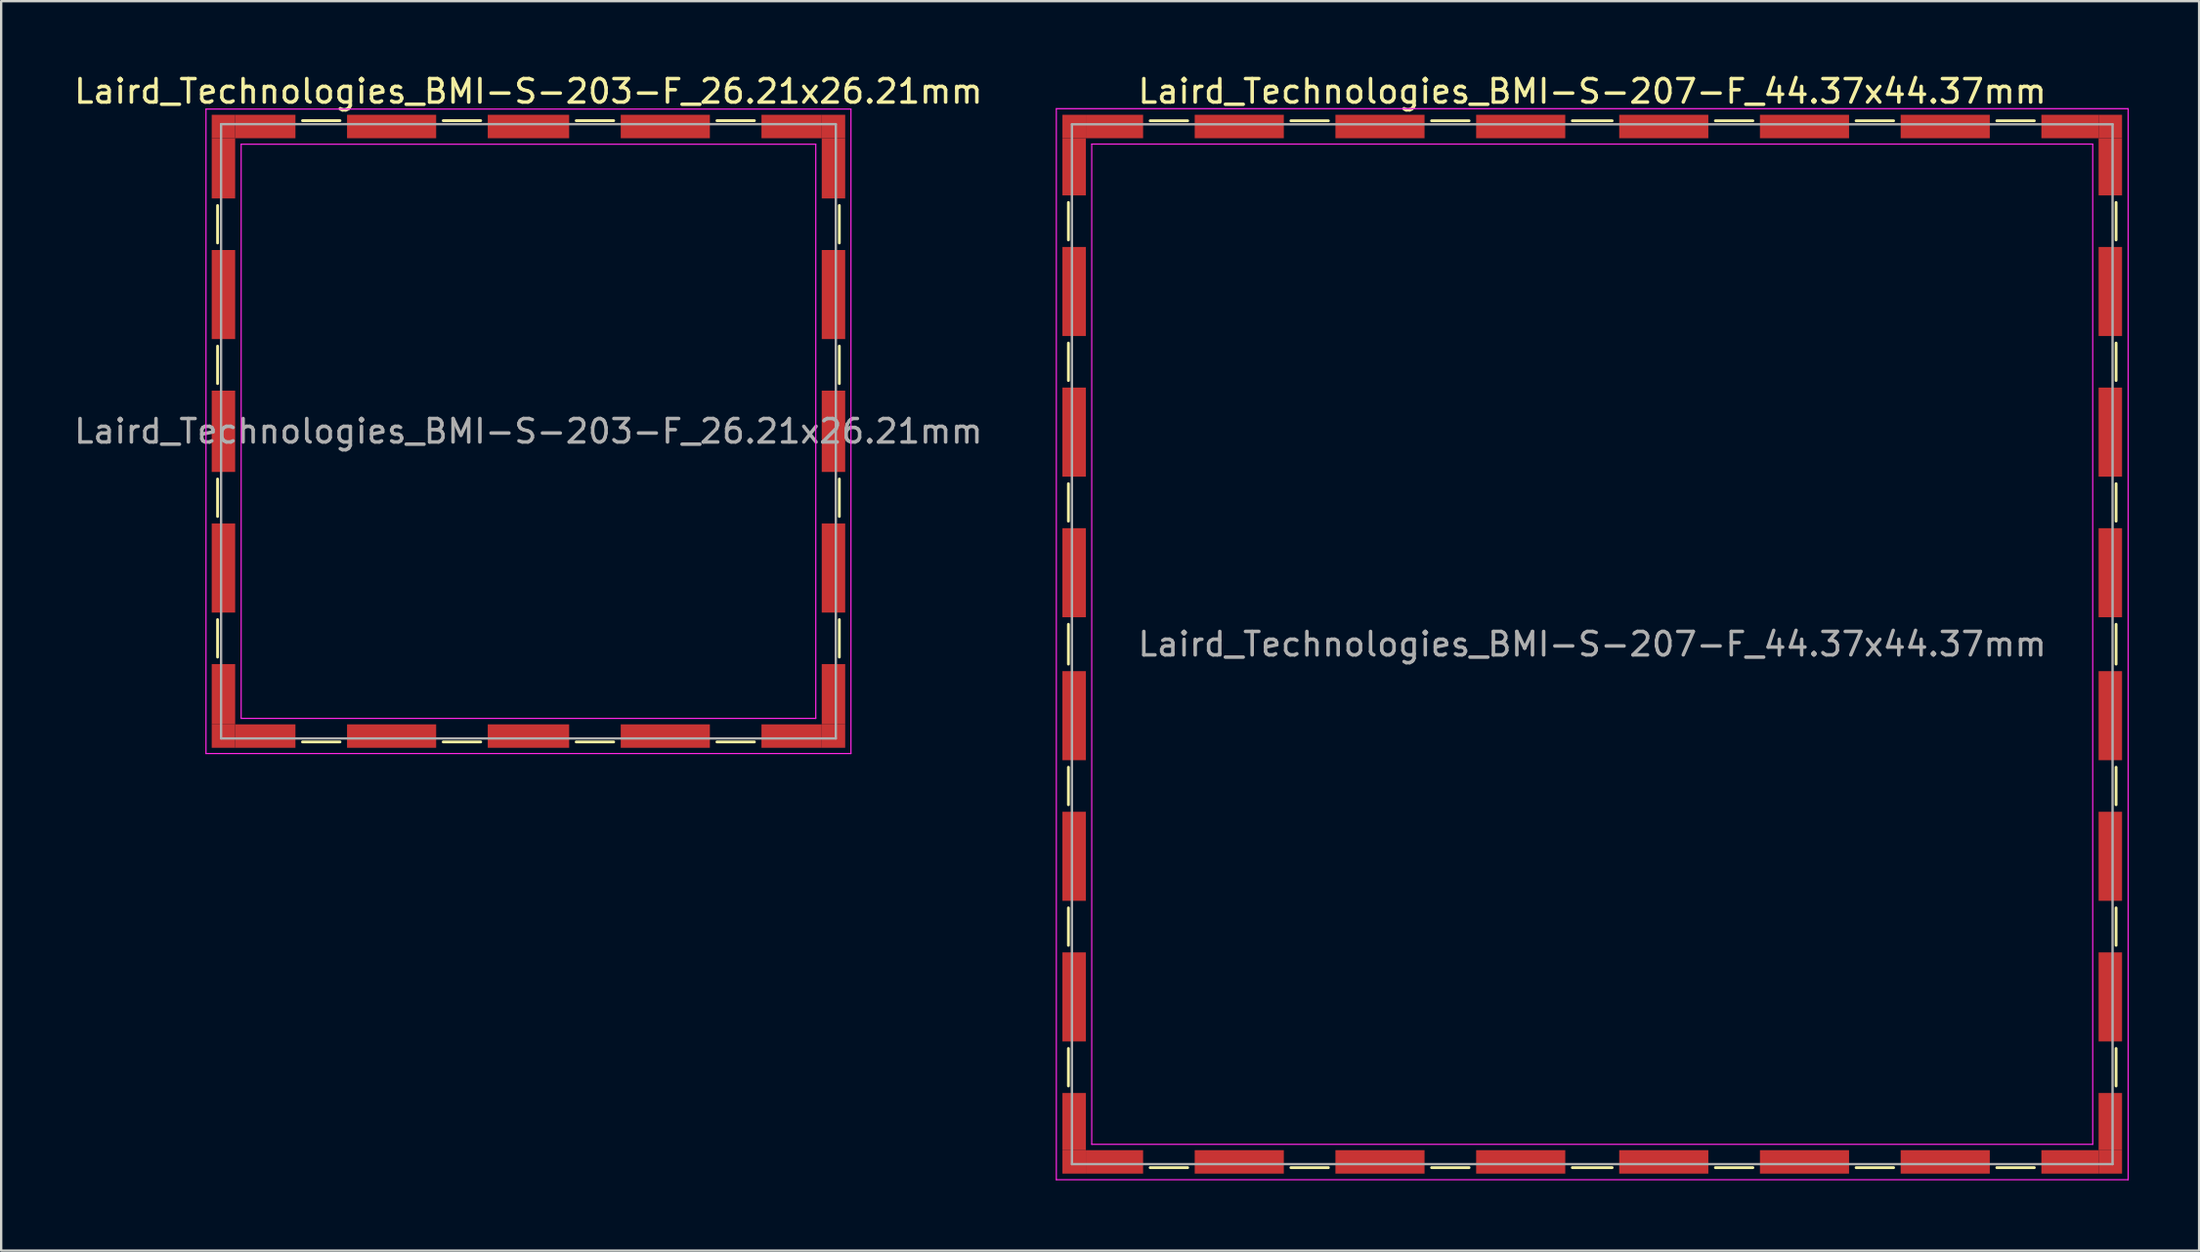
<source format=kicad_pcb>
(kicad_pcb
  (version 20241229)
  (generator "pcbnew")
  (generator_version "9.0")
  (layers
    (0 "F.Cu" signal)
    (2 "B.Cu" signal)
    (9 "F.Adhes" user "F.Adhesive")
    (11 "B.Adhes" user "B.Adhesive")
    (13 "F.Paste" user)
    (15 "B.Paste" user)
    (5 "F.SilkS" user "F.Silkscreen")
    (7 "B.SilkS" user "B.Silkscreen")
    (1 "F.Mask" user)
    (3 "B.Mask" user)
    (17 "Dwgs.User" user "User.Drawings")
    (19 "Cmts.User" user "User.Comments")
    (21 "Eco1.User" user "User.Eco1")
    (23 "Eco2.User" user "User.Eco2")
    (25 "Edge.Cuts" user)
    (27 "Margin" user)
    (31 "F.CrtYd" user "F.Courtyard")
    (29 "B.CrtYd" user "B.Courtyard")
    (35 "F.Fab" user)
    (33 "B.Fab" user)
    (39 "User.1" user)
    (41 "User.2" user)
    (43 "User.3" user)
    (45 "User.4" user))
  (footprint "Laird_Technologies_BMI-S-207-F_44.37x44.37mm"
    (layer "F.Cu")
    (at 64.839 24.438)
    (property "Reference" "Laird_Technologies_BMI-S-207-F_44.37x44.37mm" (at 0 -23.59 0) (layer "F.SilkS") (effects (font (size 1 1) (thickness 0.15))))
    (attr smd)
    (fp_line (start -22.335 -18.85) (end -22.335 -17.25) (stroke (width 0.12) (type solid)) (layer "F.SilkS"))
    (fp_line (start -22.335 -12.85) (end -22.335 -11.25) (stroke (width 0.12) (type solid)) (layer "F.SilkS"))
    (fp_line (start -22.335 -6.85) (end -22.335 -5.25) (stroke (width 0.12) (type solid)) (layer "F.SilkS"))
    (fp_line (start -22.335 -0.85) (end -22.335 0.85) (stroke (width 0.12) (type solid)) (layer "F.SilkS"))
    (fp_line (start -22.335 5.25) (end -22.335 6.85) (stroke (width 0.12) (type solid)) (layer "F.SilkS"))
    (fp_line (start -22.335 11.25) (end -22.335 12.85) (stroke (width 0.12) (type solid)) (layer "F.SilkS"))
    (fp_line (start -22.335 17.25) (end -22.335 18.85) (stroke (width 0.12) (type solid)) (layer "F.SilkS"))
    (fp_line (start -18.85 -22.335) (end -17.25 -22.335) (stroke (width 0.12) (type solid)) (layer "F.SilkS"))
    (fp_line (start -18.85 22.335) (end -17.25 22.335) (stroke (width 0.12) (type solid)) (layer "F.SilkS"))
    (fp_line (start -12.85 -22.335) (end -11.25 -22.335) (stroke (width 0.12) (type solid)) (layer "F.SilkS"))
    (fp_line (start -12.85 22.335) (end -11.25 22.335) (stroke (width 0.12) (type solid)) (layer "F.SilkS"))
    (fp_line (start -6.85 -22.335) (end -5.25 -22.335) (stroke (width 0.12) (type solid)) (layer "F.SilkS"))
    (fp_line (start -6.85 22.335) (end -5.25 22.335) (stroke (width 0.12) (type solid)) (layer "F.SilkS"))
    (fp_line (start -0.85 -22.335) (end 0.85 -22.335) (stroke (width 0.12) (type solid)) (layer "F.SilkS"))
    (fp_line (start -0.85 22.335) (end 0.85 22.335) (stroke (width 0.12) (type solid)) (layer "F.SilkS"))
    (fp_line (start 5.25 -22.335) (end 6.85 -22.335) (stroke (width 0.12) (type solid)) (layer "F.SilkS"))
    (fp_line (start 5.25 22.335) (end 6.85 22.335) (stroke (width 0.12) (type solid)) (layer "F.SilkS"))
    (fp_line (start 11.25 -22.335) (end 12.85 -22.335) (stroke (width 0.12) (type solid)) (layer "F.SilkS"))
    (fp_line (start 11.25 22.335) (end 12.85 22.335) (stroke (width 0.12) (type solid)) (layer "F.SilkS"))
    (fp_line (start 17.25 -22.335) (end 18.85 -22.335) (stroke (width 0.12) (type solid)) (layer "F.SilkS"))
    (fp_line (start 17.25 22.335) (end 18.85 22.335) (stroke (width 0.12) (type solid)) (layer "F.SilkS"))
    (fp_line (start 22.335 -18.85) (end 22.335 -17.25) (stroke (width 0.12) (type solid)) (layer "F.SilkS"))
    (fp_line (start 22.335 -12.85) (end 22.335 -11.25) (stroke (width 0.12) (type solid)) (layer "F.SilkS"))
    (fp_line (start 22.335 -6.85) (end 22.335 -5.25) (stroke (width 0.12) (type solid)) (layer "F.SilkS"))
    (fp_line (start 22.335 -0.85) (end 22.335 0.85) (stroke (width 0.12) (type solid)) (layer "F.SilkS"))
    (fp_line (start 22.335 5.25) (end 22.335 6.85) (stroke (width 0.12) (type solid)) (layer "F.SilkS"))
    (fp_line (start 22.335 11.25) (end 22.335 12.85) (stroke (width 0.12) (type solid)) (layer "F.SilkS"))
    (fp_line (start 22.335 17.25) (end 22.335 18.85) (stroke (width 0.12) (type solid)) (layer "F.SilkS"))
    (fp_line (start -22.85 -22.85) (end -22.85 22.85) (stroke (width 0.05) (type solid)) (layer "F.CrtYd"))
    (fp_line (start -22.85 22.85) (end 22.85 22.85) (stroke (width 0.05) (type solid)) (layer "F.CrtYd"))
    (fp_line (start -21.34 -21.34) (end -21.34 21.34) (stroke (width 0.05) (type solid)) (layer "F.CrtYd"))
    (fp_line (start 21.34 -21.34) (end -21.34 -21.34) (stroke (width 0.05) (type solid)) (layer "F.CrtYd"))
    (fp_line (start 21.34 -21.34) (end 21.34 21.34) (stroke (width 0.05) (type solid)) (layer "F.CrtYd"))
    (fp_line (start 21.34 21.34) (end -21.34 21.34) (stroke (width 0.05) (type solid)) (layer "F.CrtYd"))
    (fp_line (start 22.85 -22.85) (end -22.85 -22.85) (stroke (width 0.05) (type solid)) (layer "F.CrtYd"))
    (fp_line (start 22.85 22.85) (end 22.85 -22.85) (stroke (width 0.05) (type solid)) (layer "F.CrtYd"))
    (fp_line (start -22.185 -22.185) (end -22.185 22.185) (stroke (width 0.1) (type solid)) (layer "F.Fab"))
    (fp_line (start -22.185 22.185) (end 22.185 22.185) (stroke (width 0.1) (type solid)) (layer "F.Fab"))
    (fp_line (start 22.185 -22.185) (end -22.185 -22.185) (stroke (width 0.1) (type solid)) (layer "F.Fab"))
    (fp_line (start 22.185 22.185) (end 22.185 -22.185) (stroke (width 0.1) (type solid)) (layer "F.Fab"))
    (fp_text user "${REFERENCE}" (at 0 0 0) (layer "F.Fab") (effects (font (size 1 1) (thickness 0.15))))
    (pad "1" smd rect (at -22.09 -22.09) (size 1 1) (layers "F.Cu" "F.Mask" "F.Paste"))
    (pad "1" smd rect (at -22.09 -20.37) (size 1 2.44) (layers "F.Cu" "F.Mask" "F.Paste"))
    (pad "1" smd rect (at -22.09 -15.05) (size 1 3.8) (layers "F.Cu" "F.Mask" "F.Paste"))
    (pad "1" smd rect (at -22.09 -9.05) (size 1 3.8) (layers "F.Cu" "F.Mask" "F.Paste"))
    (pad "1" smd rect (at -22.09 -3.05) (size 1 3.8) (layers "F.Cu" "F.Mask" "F.Paste"))
    (pad "1" smd rect (at -22.09 3.05) (size 1 3.8) (layers "F.Cu" "F.Mask" "F.Paste"))
    (pad "1" smd rect (at -22.09 9.05) (size 1 3.8) (layers "F.Cu" "F.Mask" "F.Paste"))
    (pad "1" smd rect (at -22.09 15.05) (size 1 3.8) (layers "F.Cu" "F.Mask" "F.Paste"))
    (pad "1" smd rect (at -22.09 20.37) (size 1 2.44) (layers "F.Cu" "F.Mask" "F.Paste"))
    (pad "1" smd rect (at -22.09 22.09) (size 1 1) (layers "F.Cu" "F.Mask" "F.Paste"))
    (pad "1" smd rect (at -20.37 -22.09) (size 2.44 1) (layers "F.Cu" "F.Mask" "F.Paste"))
    (pad "1" smd rect (at -20.37 22.09) (size 2.44 1) (layers "F.Cu" "F.Mask" "F.Paste"))
    (pad "1" smd rect (at -15.05 -22.09) (size 3.8 1) (layers "F.Cu" "F.Mask" "F.Paste"))
    (pad "1" smd rect (at -15.05 22.09) (size 3.8 1) (layers "F.Cu" "F.Mask" "F.Paste"))
    (pad "1" smd rect (at -9.05 -22.09) (size 3.8 1) (layers "F.Cu" "F.Mask" "F.Paste"))
    (pad "1" smd rect (at -9.05 22.09) (size 3.8 1) (layers "F.Cu" "F.Mask" "F.Paste"))
    (pad "1" smd rect (at -3.05 -22.09) (size 3.8 1) (layers "F.Cu" "F.Mask" "F.Paste"))
    (pad "1" smd rect (at -3.05 22.09) (size 3.8 1) (layers "F.Cu" "F.Mask" "F.Paste"))
    (pad "1" smd rect (at 3.05 -22.09) (size 3.8 1) (layers "F.Cu" "F.Mask" "F.Paste"))
    (pad "1" smd rect (at 3.05 22.09) (size 3.8 1) (layers "F.Cu" "F.Mask" "F.Paste"))
    (pad "1" smd rect (at 9.05 -22.09) (size 3.8 1) (layers "F.Cu" "F.Mask" "F.Paste"))
    (pad "1" smd rect (at 9.05 22.09) (size 3.8 1) (layers "F.Cu" "F.Mask" "F.Paste"))
    (pad "1" smd rect (at 15.05 -22.09) (size 3.8 1) (layers "F.Cu" "F.Mask" "F.Paste"))
    (pad "1" smd rect (at 15.05 22.09) (size 3.8 1) (layers "F.Cu" "F.Mask" "F.Paste"))
    (pad "1" smd rect (at 20.37 -22.09) (size 2.44 1) (layers "F.Cu" "F.Mask" "F.Paste"))
    (pad "1" smd rect (at 20.37 22.09) (size 2.44 1) (layers "F.Cu" "F.Mask" "F.Paste"))
    (pad "1" smd rect (at 22.09 -22.09) (size 1 1) (layers "F.Cu" "F.Mask" "F.Paste"))
    (pad "1" smd rect (at 22.09 -20.37) (size 1 2.44) (layers "F.Cu" "F.Mask" "F.Paste"))
    (pad "1" smd rect (at 22.09 -15.05) (size 1 3.8) (layers "F.Cu" "F.Mask" "F.Paste"))
    (pad "1" smd rect (at 22.09 -9.05) (size 1 3.8) (layers "F.Cu" "F.Mask" "F.Paste"))
    (pad "1" smd rect (at 22.09 -3.05) (size 1 3.8) (layers "F.Cu" "F.Mask" "F.Paste"))
    (pad "1" smd rect (at 22.09 3.05) (size 1 3.8) (layers "F.Cu" "F.Mask" "F.Paste"))
    (pad "1" smd rect (at 22.09 9.05) (size 1 3.8) (layers "F.Cu" "F.Mask" "F.Paste"))
    (pad "1" smd rect (at 22.09 15.05) (size 1 3.8) (layers "F.Cu" "F.Mask" "F.Paste"))
    (pad "1" smd rect (at 22.09 20.37) (size 1 2.44) (layers "F.Cu" "F.Mask" "F.Paste"))
    (pad "1" smd rect (at 22.09 22.09) (size 1 1) (layers "F.Cu" "F.Mask" "F.Paste")))
  (footprint "Laird_Technologies_BMI-S-203-F_26.21x26.21mm"
    (layer "F.Cu")
    (at 19.482 15.353)
    (property "Reference" "Laird_Technologies_BMI-S-203-F_26.21x26.21mm" (at 0 -14.505 0) (layer "F.SilkS") (effects (font (size 1 1) (thickness 0.15))))
    (attr smd)
    (fp_line (start -13.255 -9.635) (end -13.255 -8.035) (stroke (width 0.12) (type solid)) (layer "F.SilkS"))
    (fp_line (start -13.255 -3.635) (end -13.255 -2.035) (stroke (width 0.12) (type solid)) (layer "F.SilkS"))
    (fp_line (start -13.255 2.035) (end -13.255 3.635) (stroke (width 0.12) (type solid)) (layer "F.SilkS"))
    (fp_line (start -13.255 8.035) (end -13.255 9.635) (stroke (width 0.12) (type solid)) (layer "F.SilkS"))
    (fp_line (start -9.635 -13.255) (end -8.035 -13.255) (stroke (width 0.12) (type solid)) (layer "F.SilkS"))
    (fp_line (start -9.635 13.255) (end -8.035 13.255) (stroke (width 0.12) (type solid)) (layer "F.SilkS"))
    (fp_line (start -3.635 -13.255) (end -2.035 -13.255) (stroke (width 0.12) (type solid)) (layer "F.SilkS"))
    (fp_line (start -3.635 13.255) (end -2.035 13.255) (stroke (width 0.12) (type solid)) (layer "F.SilkS"))
    (fp_line (start 2.035 -13.255) (end 3.635 -13.255) (stroke (width 0.12) (type solid)) (layer "F.SilkS"))
    (fp_line (start 2.035 13.255) (end 3.635 13.255) (stroke (width 0.12) (type solid)) (layer "F.SilkS"))
    (fp_line (start 8.035 -13.255) (end 9.635 -13.255) (stroke (width 0.12) (type solid)) (layer "F.SilkS"))
    (fp_line (start 8.035 13.255) (end 9.635 13.255) (stroke (width 0.12) (type solid)) (layer "F.SilkS"))
    (fp_line (start 13.255 -9.635) (end 13.255 -8.035) (stroke (width 0.12) (type solid)) (layer "F.SilkS"))
    (fp_line (start 13.255 -3.635) (end 13.255 -2.035) (stroke (width 0.12) (type solid)) (layer "F.SilkS"))
    (fp_line (start 13.255 2.035) (end 13.255 3.635) (stroke (width 0.12) (type solid)) (layer "F.SilkS"))
    (fp_line (start 13.255 8.035) (end 13.255 9.635) (stroke (width 0.12) (type solid)) (layer "F.SilkS"))
    (fp_line (start -13.75 -13.75) (end -13.75 13.75) (stroke (width 0.05) (type solid)) (layer "F.CrtYd"))
    (fp_line (start -13.75 13.75) (end 13.75 13.75) (stroke (width 0.05) (type solid)) (layer "F.CrtYd"))
    (fp_line (start -12.25 -12.25) (end -12.25 12.25) (stroke (width 0.05) (type solid)) (layer "F.CrtYd"))
    (fp_line (start 12.25 -12.25) (end -12.25 -12.25) (stroke (width 0.05) (type solid)) (layer "F.CrtYd"))
    (fp_line (start 12.25 -12.25) (end 12.25 12.25) (stroke (width 0.05) (type solid)) (layer "F.CrtYd"))
    (fp_line (start 12.25 12.25) (end -12.25 12.25) (stroke (width 0.05) (type solid)) (layer "F.CrtYd"))
    (fp_line (start 13.75 -13.75) (end -13.75 -13.75) (stroke (width 0.05) (type solid)) (layer "F.CrtYd"))
    (fp_line (start 13.75 13.75) (end 13.75 -13.75) (stroke (width 0.05) (type solid)) (layer "F.CrtYd"))
    (fp_line (start -13.105 -13.105) (end -13.105 13.105) (stroke (width 0.1) (type solid)) (layer "F.Fab"))
    (fp_line (start -13.105 13.105) (end 13.105 13.105) (stroke (width 0.1) (type solid)) (layer "F.Fab"))
    (fp_line (start 13.105 -13.105) (end -13.105 -13.105) (stroke (width 0.1) (type solid)) (layer "F.Fab"))
    (fp_line (start 13.105 13.105) (end 13.105 -13.105) (stroke (width 0.1) (type solid)) (layer "F.Fab"))
    (fp_text user "${REFERENCE}" (at 0 0 0) (layer "F.Fab") (effects (font (size 1 1) (thickness 0.15))))
    (pad "1" smd rect (at -13.005 -13.005) (size 1 1) (layers "F.Cu" "F.Mask" "F.Paste"))
    (pad "1" smd rect (at -13.005 -11.22) (size 1 2.57) (layers "F.Cu" "F.Mask" "F.Paste"))
    (pad "1" smd rect (at -13.005 -5.835) (size 1 3.8) (layers "F.Cu" "F.Mask" "F.Paste"))
    (pad "1" smd rect (at -13.005 0) (size 1 3.47) (layers "F.Cu" "F.Mask" "F.Paste"))
    (pad "1" smd rect (at -13.005 5.835) (size 1 3.8) (layers "F.Cu" "F.Mask" "F.Paste"))
    (pad "1" smd rect (at -13.005 11.22) (size 1 2.57) (layers "F.Cu" "F.Mask" "F.Paste"))
    (pad "1" smd rect (at -13.005 13.005) (size 1 1) (layers "F.Cu" "F.Mask" "F.Paste"))
    (pad "1" smd rect (at -11.22 -13.005) (size 2.57 1) (layers "F.Cu" "F.Mask" "F.Paste"))
    (pad "1" smd rect (at -11.22 13.005) (size 2.57 1) (layers "F.Cu" "F.Mask" "F.Paste"))
    (pad "1" smd rect (at -5.835 -13.005) (size 3.8 1) (layers "F.Cu" "F.Mask" "F.Paste"))
    (pad "1" smd rect (at -5.835 13.005) (size 3.8 1) (layers "F.Cu" "F.Mask" "F.Paste"))
    (pad "1" smd rect (at 0 -13.005) (size 3.47 1) (layers "F.Cu" "F.Mask" "F.Paste"))
    (pad "1" smd rect (at 0 13.005) (size 3.47 1) (layers "F.Cu" "F.Mask" "F.Paste"))
    (pad "1" smd rect (at 5.835 -13.005) (size 3.8 1) (layers "F.Cu" "F.Mask" "F.Paste"))
    (pad "1" smd rect (at 5.835 13.005) (size 3.8 1) (layers "F.Cu" "F.Mask" "F.Paste"))
    (pad "1" smd rect (at 11.22 -13.005) (size 2.57 1) (layers "F.Cu" "F.Mask" "F.Paste"))
    (pad "1" smd rect (at 11.22 13.005) (size 2.57 1) (layers "F.Cu" "F.Mask" "F.Paste"))
    (pad "1" smd rect (at 13.005 -13.005) (size 1 1) (layers "F.Cu" "F.Mask" "F.Paste"))
    (pad "1" smd rect (at 13.005 -11.22) (size 1 2.57) (layers "F.Cu" "F.Mask" "F.Paste"))
    (pad "1" smd rect (at 13.005 -5.835) (size 1 3.8) (layers "F.Cu" "F.Mask" "F.Paste"))
    (pad "1" smd rect (at 13.005 0) (size 1 3.47) (layers "F.Cu" "F.Mask" "F.Paste"))
    (pad "1" smd rect (at 13.005 5.835) (size 1 3.8) (layers "F.Cu" "F.Mask" "F.Paste"))
    (pad "1" smd rect (at 13.005 11.22) (size 1 2.57) (layers "F.Cu" "F.Mask" "F.Paste"))
    (pad "1" smd rect (at 13.005 13.005) (size 1 1) (layers "F.Cu" "F.Mask" "F.Paste")))
  (gr_rect
    (start -3 -3)
    (end 90.714 50.313)
    (stroke (width 0.1) (type default))
    (fill no)
    (layer "Edge.Cuts")))
</source>
